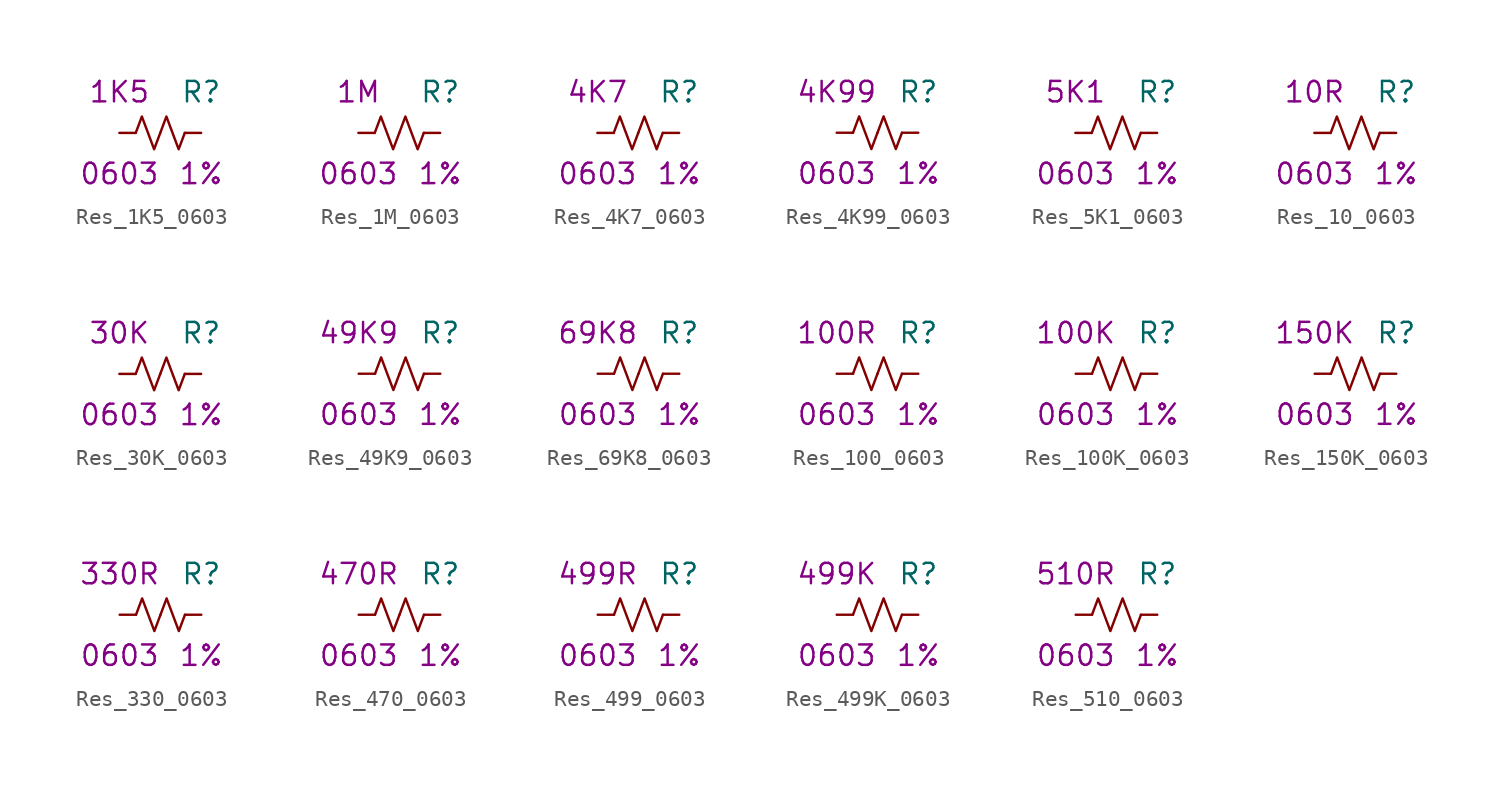
<source format=kicad_sym>
(kicad_symbol_lib
  (version 20211014)
  (generator kicad_symbol_editor)
  (symbol "Res_1K5_0603"
    (pin_numbers hide)
    (pin_names
      (offset 0) hide)
    (property "Reference" "R"
      (at 5.08 2.54 0)
      (effects (font (size 1.27 1.27))))
    (property "Package" "0603"
      (at 0 -2.54 0)
      (effects (font (size 1.27 1.27))))
    (property "Property" "1K5"
      (at 0 2.54 0)
      (effects (font (size 1.27 1.27))))
    (property "Tolerance" "1%"
      (at 5.08 -2.54 0)
      (effects (font (size 1.27 1.27))))
    (symbol "Res_1K5_0603_1_1"
      (polyline (pts (xy 2.54 0) (xy 2.159 -1.016) (xy 1.778 0) (xy 1.397 1.016) (xy 1.016 0)) (stroke (width 0) (type default) (color 0 0 0 0)) (fill (type none)))
      (polyline (pts (xy 4.064 0) (xy 3.683 -1.016) (xy 3.302 0) (xy 2.921 1.016) (xy 2.54 0)) (stroke (width 0) (type default) (color 0 0 0 0)) (fill (type none)))
      (pin passive line (at 0 0 0) (length 1.016) (name "~" (effects (font (size 1.27 1.27)))) (number "1" (effects (font (size 1.27 1.27)))))
      (pin passive line (at 5.08 0 180) (length 1.016) (name "~" (effects (font (size 1.27 1.27)))) (number "2" (effects (font (size 1.27 1.27)))))))
  (symbol "Res_1M_0603"
    (pin_numbers hide)
    (pin_names
      (offset 0) hide)
    (property "Reference" "R"
      (at 5.08 2.54 0)
      (effects (font (size 1.27 1.27))))
    (property "Package" "0603"
      (at 0 -2.54 0)
      (effects (font (size 1.27 1.27))))
    (property "Property" "1M"
      (at 0 2.54 0)
      (effects (font (size 1.27 1.27))))
    (property "Tolerance" "1%"
      (at 5.08 -2.54 0)
      (effects (font (size 1.27 1.27))))
    (symbol "Res_1M_0603_1_1"
      (polyline (pts (xy 2.54 0) (xy 2.159 -1.016) (xy 1.778 0) (xy 1.397 1.016) (xy 1.016 0)) (stroke (width 0) (type default) (color 0 0 0 0)) (fill (type none)))
      (polyline (pts (xy 4.064 0) (xy 3.683 -1.016) (xy 3.302 0) (xy 2.921 1.016) (xy 2.54 0)) (stroke (width 0) (type default) (color 0 0 0 0)) (fill (type none)))
      (pin passive line (at 0 0 0) (length 1.016) (name "~" (effects (font (size 1.27 1.27)))) (number "1" (effects (font (size 1.27 1.27)))))
      (pin passive line (at 5.08 0 180) (length 1.016) (name "~" (effects (font (size 1.27 1.27)))) (number "2" (effects (font (size 1.27 1.27)))))))
  (symbol "Res_4K7_0603"
    (pin_numbers hide)
    (pin_names
      (offset 0) hide)
    (property "Reference" "R"
      (at 5.08 2.54 0)
      (effects (font (size 1.27 1.27))))
    (property "Package" "0603"
      (at 0 -2.54 0)
      (effects (font (size 1.27 1.27))))
    (property "Property" "4K7"
      (at 0 2.54 0)
      (effects (font (size 1.27 1.27))))
    (property "Tolerance" "1%"
      (at 5.08 -2.54 0)
      (effects (font (size 1.27 1.27))))
    (symbol "Res_4K7_0603_1_1"
      (polyline (pts (xy 2.54 0) (xy 2.159 -1.016) (xy 1.778 0) (xy 1.397 1.016) (xy 1.016 0)) (stroke (width 0) (type default) (color 0 0 0 0)) (fill (type none)))
      (polyline (pts (xy 4.064 0) (xy 3.683 -1.016) (xy 3.302 0) (xy 2.921 1.016) (xy 2.54 0)) (stroke (width 0) (type default) (color 0 0 0 0)) (fill (type none)))
      (pin passive line (at 0 0 0) (length 1.016) (name "~" (effects (font (size 1.27 1.27)))) (number "1" (effects (font (size 1.27 1.27)))))
      (pin passive line (at 5.08 0 180) (length 1.016) (name "~" (effects (font (size 1.27 1.27)))) (number "2" (effects (font (size 1.27 1.27)))))))
  (symbol "Res_4K99_0603"
    (pin_numbers hide)
    (pin_names
      (offset 0) hide)
    (property "Reference" "R"
      (at 5.08 2.54 0)
      (effects (font (size 1.27 1.27))))
    (property "Package" "0603"
      (at 0 -2.54 0)
      (effects (font (size 1.27 1.27))))
    (property "Property" "4K99"
      (at 0 2.54 0)
      (effects (font (size 1.27 1.27))))
    (property "Tolerance" "1%"
      (at 5.08 -2.54 0)
      (effects (font (size 1.27 1.27))))
    (symbol "Res_4K99_0603_1_1"
      (polyline (pts (xy 2.54 0) (xy 2.159 -1.016) (xy 1.778 0) (xy 1.397 1.016) (xy 1.016 0)) (stroke (width 0) (type default) (color 0 0 0 0)) (fill (type none)))
      (polyline (pts (xy 4.064 0) (xy 3.683 -1.016) (xy 3.302 0) (xy 2.921 1.016) (xy 2.54 0)) (stroke (width 0) (type default) (color 0 0 0 0)) (fill (type none)))
      (pin passive line (at 0 0 0) (length 1.016) (name "~" (effects (font (size 1.27 1.27)))) (number "1" (effects (font (size 1.27 1.27)))))
      (pin passive line (at 5.08 0 180) (length 1.016) (name "~" (effects (font (size 1.27 1.27)))) (number "2" (effects (font (size 1.27 1.27)))))))
  (symbol "Res_5K1_0603"
    (pin_numbers hide)
    (pin_names
      (offset 0) hide)
    (property "Reference" "R"
      (at 5.08 2.54 0)
      (effects (font (size 1.27 1.27))))
    (property "Package" "0603"
      (at 0 -2.54 0)
      (effects (font (size 1.27 1.27))))
    (property "Property" "5K1"
      (at 0 2.54 0)
      (effects (font (size 1.27 1.27))))
    (property "Tolerance" "1%"
      (at 5.08 -2.54 0)
      (effects (font (size 1.27 1.27))))
    (symbol "Res_5K1_0603_1_1"
      (polyline (pts (xy 2.54 0) (xy 2.159 -1.016) (xy 1.778 0) (xy 1.397 1.016) (xy 1.016 0)) (stroke (width 0) (type default) (color 0 0 0 0)) (fill (type none)))
      (polyline (pts (xy 4.064 0) (xy 3.683 -1.016) (xy 3.302 0) (xy 2.921 1.016) (xy 2.54 0)) (stroke (width 0) (type default) (color 0 0 0 0)) (fill (type none)))
      (pin passive line (at 0 0 0) (length 1.016) (name "~" (effects (font (size 1.27 1.27)))) (number "1" (effects (font (size 1.27 1.27)))))
      (pin passive line (at 5.08 0 180) (length 1.016) (name "~" (effects (font (size 1.27 1.27)))) (number "2" (effects (font (size 1.27 1.27)))))))
  (symbol "Res_10_0603"
    (pin_numbers hide)
    (pin_names
      (offset 0) hide)
    (property "Reference" "R"
      (at 5.08 2.54 0)
      (effects (font (size 1.27 1.27))))
    (property "Package" "0603"
      (at 0 -2.54 0)
      (effects (font (size 1.27 1.27))))
    (property "Property" "10R"
      (at 0 2.54 0)
      (effects (font (size 1.27 1.27))))
    (property "Tolerance" "1%"
      (at 5.08 -2.54 0)
      (effects (font (size 1.27 1.27))))
    (symbol "Res_10_0603_1_1"
      (polyline (pts (xy 2.54 0) (xy 2.159 -1.016) (xy 1.778 0) (xy 1.397 1.016) (xy 1.016 0)) (stroke (width 0) (type default) (color 0 0 0 0)) (fill (type none)))
      (polyline (pts (xy 4.064 0) (xy 3.683 -1.016) (xy 3.302 0) (xy 2.921 1.016) (xy 2.54 0)) (stroke (width 0) (type default) (color 0 0 0 0)) (fill (type none)))
      (pin passive line (at 0 0 0) (length 1.016) (name "~" (effects (font (size 1.27 1.27)))) (number "1" (effects (font (size 1.27 1.27)))))
      (pin passive line (at 5.08 0 180) (length 1.016) (name "~" (effects (font (size 1.27 1.27)))) (number "2" (effects (font (size 1.27 1.27)))))))
  (symbol "Res_30K_0603"
    (pin_numbers hide)
    (pin_names
      (offset 0) hide)
    (property "Reference" "R"
      (at 5.08 2.54 0)
      (effects (font (size 1.27 1.27))))
    (property "Package" "0603"
      (at 0 -2.54 0)
      (effects (font (size 1.27 1.27))))
    (property "Property" "30K"
      (at 0 2.54 0)
      (effects (font (size 1.27 1.27))))
    (property "Tolerance" "1%"
      (at 5.08 -2.54 0)
      (effects (font (size 1.27 1.27))))
    (symbol "Res_30K_0603_1_1"
      (polyline (pts (xy 2.54 0) (xy 2.159 -1.016) (xy 1.778 0) (xy 1.397 1.016) (xy 1.016 0)) (stroke (width 0) (type default) (color 0 0 0 0)) (fill (type none)))
      (polyline (pts (xy 4.064 0) (xy 3.683 -1.016) (xy 3.302 0) (xy 2.921 1.016) (xy 2.54 0)) (stroke (width 0) (type default) (color 0 0 0 0)) (fill (type none)))
      (pin passive line (at 0 0 0) (length 1.016) (name "~" (effects (font (size 1.27 1.27)))) (number "1" (effects (font (size 1.27 1.27)))))
      (pin passive line (at 5.08 0 180) (length 1.016) (name "~" (effects (font (size 1.27 1.27)))) (number "2" (effects (font (size 1.27 1.27)))))))
  (symbol "Res_49K9_0603"
    (pin_numbers hide)
    (pin_names
      (offset 0) hide)
    (property "Reference" "R"
      (at 5.08 2.54 0)
      (effects (font (size 1.27 1.27))))
    (property "Package" "0603"
      (at 0 -2.54 0)
      (effects (font (size 1.27 1.27))))
    (property "Property" "49K9"
      (at 0 2.54 0)
      (effects (font (size 1.27 1.27))))
    (property "Tolerance" "1%"
      (at 5.08 -2.54 0)
      (effects (font (size 1.27 1.27))))
    (symbol "Res_49K9_0603_1_1"
      (polyline (pts (xy 2.54 0) (xy 2.159 -1.016) (xy 1.778 0) (xy 1.397 1.016) (xy 1.016 0)) (stroke (width 0) (type default) (color 0 0 0 0)) (fill (type none)))
      (polyline (pts (xy 4.064 0) (xy 3.683 -1.016) (xy 3.302 0) (xy 2.921 1.016) (xy 2.54 0)) (stroke (width 0) (type default) (color 0 0 0 0)) (fill (type none)))
      (pin passive line (at 0 0 0) (length 1.016) (name "~" (effects (font (size 1.27 1.27)))) (number "1" (effects (font (size 1.27 1.27)))))
      (pin passive line (at 5.08 0 180) (length 1.016) (name "~" (effects (font (size 1.27 1.27)))) (number "2" (effects (font (size 1.27 1.27)))))))
  (symbol "Res_69K8_0603"
    (pin_numbers hide)
    (pin_names
      (offset 0) hide)
    (property "Reference" "R"
      (at 5.08 2.54 0)
      (effects (font (size 1.27 1.27))))
    (property "Package" "0603"
      (at 0 -2.54 0)
      (effects (font (size 1.27 1.27))))
    (property "Property" "69K8"
      (at 0 2.54 0)
      (effects (font (size 1.27 1.27))))
    (property "Tolerance" "1%"
      (at 5.08 -2.54 0)
      (effects (font (size 1.27 1.27))))
    (symbol "Res_69K8_0603_1_1"
      (polyline (pts (xy 2.54 0) (xy 2.159 -1.016) (xy 1.778 0) (xy 1.397 1.016) (xy 1.016 0)) (stroke (width 0) (type default) (color 0 0 0 0)) (fill (type none)))
      (polyline (pts (xy 4.064 0) (xy 3.683 -1.016) (xy 3.302 0) (xy 2.921 1.016) (xy 2.54 0)) (stroke (width 0) (type default) (color 0 0 0 0)) (fill (type none)))
      (pin passive line (at 0 0 0) (length 1.016) (name "~" (effects (font (size 1.27 1.27)))) (number "1" (effects (font (size 1.27 1.27)))))
      (pin passive line (at 5.08 0 180) (length 1.016) (name "~" (effects (font (size 1.27 1.27)))) (number "2" (effects (font (size 1.27 1.27)))))))
  (symbol "Res_100_0603"
    (pin_numbers hide)
    (pin_names
      (offset 0) hide)
    (property "Reference" "R"
      (at 5.08 2.54 0)
      (effects (font (size 1.27 1.27))))
    (property "Package" "0603"
      (at 0 -2.54 0)
      (effects (font (size 1.27 1.27))))
    (property "Property" "100R"
      (at 0 2.54 0)
      (effects (font (size 1.27 1.27))))
    (property "Tolerance" "1%"
      (at 5.08 -2.54 0)
      (effects (font (size 1.27 1.27))))
    (symbol "Res_100_0603_1_1"
      (polyline (pts (xy 2.54 0) (xy 2.159 -1.016) (xy 1.778 0) (xy 1.397 1.016) (xy 1.016 0)) (stroke (width 0) (type default) (color 0 0 0 0)) (fill (type none)))
      (polyline (pts (xy 4.064 0) (xy 3.683 -1.016) (xy 3.302 0) (xy 2.921 1.016) (xy 2.54 0)) (stroke (width 0) (type default) (color 0 0 0 0)) (fill (type none)))
      (pin passive line (at 0 0 0) (length 1.016) (name "~" (effects (font (size 1.27 1.27)))) (number "1" (effects (font (size 1.27 1.27)))))
      (pin passive line (at 5.08 0 180) (length 1.016) (name "~" (effects (font (size 1.27 1.27)))) (number "2" (effects (font (size 1.27 1.27)))))))
  (symbol "Res_100K_0603"
    (pin_numbers hide)
    (pin_names
      (offset 0) hide)
    (property "Reference" "R"
      (at 5.08 2.54 0)
      (effects (font (size 1.27 1.27))))
    (property "Package" "0603"
      (at 0 -2.54 0)
      (effects (font (size 1.27 1.27))))
    (property "Property" "100K"
      (at 0 2.54 0)
      (effects (font (size 1.27 1.27))))
    (property "Tolerance" "1%"
      (at 5.08 -2.54 0)
      (effects (font (size 1.27 1.27))))
    (symbol "Res_100K_0603_1_1"
      (polyline (pts (xy 2.54 0) (xy 2.159 -1.016) (xy 1.778 0) (xy 1.397 1.016) (xy 1.016 0)) (stroke (width 0) (type default) (color 0 0 0 0)) (fill (type none)))
      (polyline (pts (xy 4.064 0) (xy 3.683 -1.016) (xy 3.302 0) (xy 2.921 1.016) (xy 2.54 0)) (stroke (width 0) (type default) (color 0 0 0 0)) (fill (type none)))
      (pin passive line (at 0 0 0) (length 1.016) (name "~" (effects (font (size 1.27 1.27)))) (number "1" (effects (font (size 1.27 1.27)))))
      (pin passive line (at 5.08 0 180) (length 1.016) (name "~" (effects (font (size 1.27 1.27)))) (number "2" (effects (font (size 1.27 1.27)))))))
  (symbol "Res_150K_0603"
    (pin_numbers hide)
    (pin_names
      (offset 0) hide)
    (property "Reference" "R"
      (at 5.08 2.54 0)
      (effects (font (size 1.27 1.27))))
    (property "Package" "0603"
      (at 0 -2.54 0)
      (effects (font (size 1.27 1.27))))
    (property "Property" "150K"
      (at 0 2.54 0)
      (effects (font (size 1.27 1.27))))
    (property "Tolerance" "1%"
      (at 5.08 -2.54 0)
      (effects (font (size 1.27 1.27))))
    (symbol "Res_150K_0603_1_1"
      (polyline (pts (xy 2.54 0) (xy 2.159 -1.016) (xy 1.778 0) (xy 1.397 1.016) (xy 1.016 0)) (stroke (width 0) (type default) (color 0 0 0 0)) (fill (type none)))
      (polyline (pts (xy 4.064 0) (xy 3.683 -1.016) (xy 3.302 0) (xy 2.921 1.016) (xy 2.54 0)) (stroke (width 0) (type default) (color 0 0 0 0)) (fill (type none)))
      (pin passive line (at 0 0 0) (length 1.016) (name "~" (effects (font (size 1.27 1.27)))) (number "1" (effects (font (size 1.27 1.27)))))
      (pin passive line (at 5.08 0 180) (length 1.016) (name "~" (effects (font (size 1.27 1.27)))) (number "2" (effects (font (size 1.27 1.27)))))))
  (symbol "Res_330_0603"
    (pin_numbers hide)
    (pin_names
      (offset 0) hide)
    (property "Reference" "R"
      (at 5.08 2.54 0)
      (effects (font (size 1.27 1.27))))
    (property "Package" "0603"
      (at 0 -2.54 0)
      (effects (font (size 1.27 1.27))))
    (property "Property" "330R"
      (at 0 2.54 0)
      (effects (font (size 1.27 1.27))))
    (property "Tolerance" "1%"
      (at 5.08 -2.54 0)
      (effects (font (size 1.27 1.27))))
    (symbol "Res_330_0603_1_1"
      (polyline (pts (xy 2.54 0) (xy 2.159 -1.016) (xy 1.778 0) (xy 1.397 1.016) (xy 1.016 0)) (stroke (width 0) (type default) (color 0 0 0 0)) (fill (type none)))
      (polyline (pts (xy 4.064 0) (xy 3.683 -1.016) (xy 3.302 0) (xy 2.921 1.016) (xy 2.54 0)) (stroke (width 0) (type default) (color 0 0 0 0)) (fill (type none)))
      (pin passive line (at 0 0 0) (length 1.016) (name "~" (effects (font (size 1.27 1.27)))) (number "1" (effects (font (size 1.27 1.27)))))
      (pin passive line (at 5.08 0 180) (length 1.016) (name "~" (effects (font (size 1.27 1.27)))) (number "2" (effects (font (size 1.27 1.27)))))))
  (symbol "Res_470_0603"
    (pin_numbers hide)
    (pin_names
      (offset 0) hide)
    (property "Reference" "R"
      (at 5.08 2.54 0)
      (effects (font (size 1.27 1.27))))
    (property "Package" "0603"
      (at 0 -2.54 0)
      (effects (font (size 1.27 1.27))))
    (property "Property" "470R"
      (at 0 2.54 0)
      (effects (font (size 1.27 1.27))))
    (property "Tolerance" "1%"
      (at 5.08 -2.54 0)
      (effects (font (size 1.27 1.27))))
    (symbol "Res_470_0603_1_1"
      (polyline (pts (xy 2.54 0) (xy 2.159 -1.016) (xy 1.778 0) (xy 1.397 1.016) (xy 1.016 0)) (stroke (width 0) (type default) (color 0 0 0 0)) (fill (type none)))
      (polyline (pts (xy 4.064 0) (xy 3.683 -1.016) (xy 3.302 0) (xy 2.921 1.016) (xy 2.54 0)) (stroke (width 0) (type default) (color 0 0 0 0)) (fill (type none)))
      (pin passive line (at 0 0 0) (length 1.016) (name "~" (effects (font (size 1.27 1.27)))) (number "1" (effects (font (size 1.27 1.27)))))
      (pin passive line (at 5.08 0 180) (length 1.016) (name "~" (effects (font (size 1.27 1.27)))) (number "2" (effects (font (size 1.27 1.27)))))))
  (symbol "Res_499_0603"
    (pin_numbers hide)
    (pin_names
      (offset 0) hide)
    (property "Reference" "R"
      (at 5.08 2.54 0)
      (effects (font (size 1.27 1.27))))
    (property "Package" "0603"
      (at 0 -2.54 0)
      (effects (font (size 1.27 1.27))))
    (property "Property" "499R"
      (at 0 2.54 0)
      (effects (font (size 1.27 1.27))))
    (property "Tolerance" "1%"
      (at 5.08 -2.54 0)
      (effects (font (size 1.27 1.27))))
    (symbol "Res_499_0603_1_1"
      (polyline (pts (xy 2.54 0) (xy 2.159 -1.016) (xy 1.778 0) (xy 1.397 1.016) (xy 1.016 0)) (stroke (width 0) (type default) (color 0 0 0 0)) (fill (type none)))
      (polyline (pts (xy 4.064 0) (xy 3.683 -1.016) (xy 3.302 0) (xy 2.921 1.016) (xy 2.54 0)) (stroke (width 0) (type default) (color 0 0 0 0)) (fill (type none)))
      (pin passive line (at 0 0 0) (length 1.016) (name "~" (effects (font (size 1.27 1.27)))) (number "1" (effects (font (size 1.27 1.27)))))
      (pin passive line (at 5.08 0 180) (length 1.016) (name "~" (effects (font (size 1.27 1.27)))) (number "2" (effects (font (size 1.27 1.27)))))))
  (symbol "Res_499K_0603"
    (pin_numbers hide)
    (pin_names
      (offset 0) hide)
    (property "Reference" "R"
      (at 5.08 2.54 0)
      (effects (font (size 1.27 1.27))))
    (property "Package" "0603"
      (at 0 -2.54 0)
      (effects (font (size 1.27 1.27))))
    (property "Property" "499K"
      (at 0 2.54 0)
      (effects (font (size 1.27 1.27))))
    (property "Tolerance" "1%"
      (at 5.08 -2.54 0)
      (effects (font (size 1.27 1.27))))
    (symbol "Res_499K_0603_1_1"
      (polyline (pts (xy 2.54 0) (xy 2.159 -1.016) (xy 1.778 0) (xy 1.397 1.016) (xy 1.016 0)) (stroke (width 0) (type default) (color 0 0 0 0)) (fill (type none)))
      (polyline (pts (xy 4.064 0) (xy 3.683 -1.016) (xy 3.302 0) (xy 2.921 1.016) (xy 2.54 0)) (stroke (width 0) (type default) (color 0 0 0 0)) (fill (type none)))
      (pin passive line (at 0 0 0) (length 1.016) (name "~" (effects (font (size 1.27 1.27)))) (number "1" (effects (font (size 1.27 1.27)))))
      (pin passive line (at 5.08 0 180) (length 1.016) (name "~" (effects (font (size 1.27 1.27)))) (number "2" (effects (font (size 1.27 1.27)))))))
  (symbol "Res_510_0603"
    (pin_numbers hide)
    (pin_names
      (offset 0) hide)
    (property "Reference" "R"
      (at 5.08 2.54 0)
      (effects (font (size 1.27 1.27))))
    (property "Package" "0603"
      (at 0 -2.54 0)
      (effects (font (size 1.27 1.27))))
    (property "Property" "510R"
      (at 0 2.54 0)
      (effects (font (size 1.27 1.27))))
    (property "Tolerance" "1%"
      (at 5.08 -2.54 0)
      (effects (font (size 1.27 1.27))))
    (symbol "Res_510_0603_1_1"
      (polyline (pts (xy 2.54 0) (xy 2.159 -1.016) (xy 1.778 0) (xy 1.397 1.016) (xy 1.016 0)) (stroke (width 0) (type default) (color 0 0 0 0)) (fill (type none)))
      (polyline (pts (xy 4.064 0) (xy 3.683 -1.016) (xy 3.302 0) (xy 2.921 1.016) (xy 2.54 0)) (stroke (width 0) (type default) (color 0 0 0 0)) (fill (type none)))
      (pin passive line (at 0 0 0) (length 1.016) (name "~" (effects (font (size 1.27 1.27)))) (number "1" (effects (font (size 1.27 1.27)))))
      (pin passive line (at 5.08 0 180) (length 1.016) (name "~" (effects (font (size 1.27 1.27)))) (number "2" (effects (font (size 1.27 1.27))))))))
</source>
